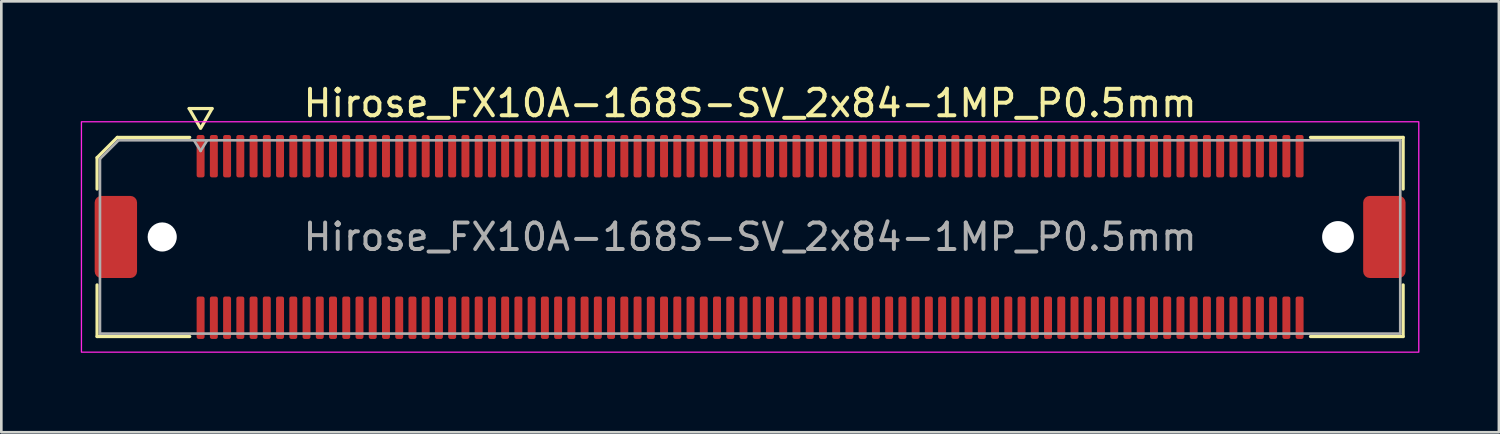
<source format=kicad_pcb>
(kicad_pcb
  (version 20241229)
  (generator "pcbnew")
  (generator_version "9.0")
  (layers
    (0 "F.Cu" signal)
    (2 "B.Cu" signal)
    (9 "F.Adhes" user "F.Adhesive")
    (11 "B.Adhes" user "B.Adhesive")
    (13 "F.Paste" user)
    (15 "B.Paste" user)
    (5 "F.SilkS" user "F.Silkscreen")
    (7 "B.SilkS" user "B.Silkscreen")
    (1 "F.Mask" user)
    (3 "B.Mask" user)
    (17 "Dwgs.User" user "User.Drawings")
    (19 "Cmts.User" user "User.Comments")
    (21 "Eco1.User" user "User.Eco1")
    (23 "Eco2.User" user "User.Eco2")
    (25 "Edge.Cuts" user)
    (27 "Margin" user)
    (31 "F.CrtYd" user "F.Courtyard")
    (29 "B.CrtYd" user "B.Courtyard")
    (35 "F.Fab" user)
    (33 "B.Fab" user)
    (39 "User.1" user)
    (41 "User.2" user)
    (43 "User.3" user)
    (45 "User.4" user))
  (footprint "Hirose_FX10A-168S-SV_2x84-1MP_P0.5mm"
    (layer "F.Cu")
    (at 25.275 5.898)
    (property "Reference" "Hirose_FX10A-168S-SV_2x84-1MP_P0.5mm" (at 0 -5.05 0) (layer "F.SilkS") (effects (font (size 1 1) (thickness 0.15))))
    (attr smd)
    (fp_line (start -24.66 -2.996) (end -23.896 -3.76) (stroke (width 0.12) (type solid)) (layer "F.SilkS"))
    (fp_line (start -24.66 -1.81) (end -24.66 -2.996) (stroke (width 0.12) (type solid)) (layer "F.SilkS"))
    (fp_line (start -24.66 3.76) (end -24.66 1.81) (stroke (width 0.12) (type solid)) (layer "F.SilkS"))
    (fp_line (start -23.896 -3.76) (end -21.16 -3.76) (stroke (width 0.12) (type solid)) (layer "F.SilkS"))
    (fp_line (start -21.183 -4.85) (end -20.756 -4.11) (stroke (width 0.12) (type solid)) (layer "F.SilkS"))
    (fp_line (start -21.16 3.76) (end -24.66 3.76) (stroke (width 0.12) (type solid)) (layer "F.SilkS"))
    (fp_line (start -20.744 -4.11) (end -20.317 -4.85) (stroke (width 0.12) (type solid)) (layer "F.SilkS"))
    (fp_line (start -20.317 -4.85) (end -21.183 -4.85) (stroke (width 0.12) (type solid)) (layer "F.SilkS"))
    (fp_line (start 21.16 -3.76) (end 24.66 -3.76) (stroke (width 0.12) (type solid)) (layer "F.SilkS"))
    (fp_line (start 24.66 -3.76) (end 24.66 -1.81) (stroke (width 0.12) (type solid)) (layer "F.SilkS"))
    (fp_line (start 24.66 1.81) (end 24.66 3.76) (stroke (width 0.12) (type solid)) (layer "F.SilkS"))
    (fp_line (start 24.66 3.76) (end 21.16 3.76) (stroke (width 0.12) (type solid)) (layer "F.SilkS"))
    (fp_rect (start -25.25 -4.35) (end 25.25 4.35) (stroke (width 0.05) (type solid)) (fill no) (layer "F.CrtYd"))
    (fp_line (start -24.55 -2.95) (end -23.85 -3.65) (stroke (width 0.1) (type solid)) (layer "F.Fab"))
    (fp_line (start -24.55 3.65) (end -24.55 -2.95) (stroke (width 0.1) (type solid)) (layer "F.Fab"))
    (fp_line (start -23.85 -3.65) (end 24.55 -3.65) (stroke (width 0.1) (type solid)) (layer "F.Fab"))
    (fp_line (start -21 -3.65) (end -20.75 -3.25) (stroke (width 0.1) (type solid)) (layer "F.Fab"))
    (fp_line (start -20.75 -3.25) (end -20.5 -3.65) (stroke (width 0.1) (type solid)) (layer "F.Fab"))
    (fp_line (start 24.55 -3.65) (end 24.55 3.65) (stroke (width 0.1) (type solid)) (layer "F.Fab"))
    (fp_line (start 24.55 3.65) (end -24.55 3.65) (stroke (width 0.1) (type solid)) (layer "F.Fab"))
    (fp_text user "${REFERENCE}" (at 0 0 0) (layer "F.Fab") (effects (font (size 1 1) (thickness 0.15))))
    (pad "" np_thru_hole circle (at -22.2 0) (size 1.1 1.1) (drill 1.1) (layers "*.Cu" "*.Mask"))
    (pad "" np_thru_hole circle (at 22.2 0) (size 1.2 1.2) (drill 1.2) (layers "*.Cu" "*.Mask"))
    (pad "1" smd roundrect (at -20.75 -3.05) (size 0.3 1.6) (layers "F.Cu" "F.Mask" "F.Paste") (roundrect_rratio 0.25))
    (pad "2" smd roundrect (at -20.75 3.05) (size 0.3 1.6) (layers "F.Cu" "F.Mask" "F.Paste") (roundrect_rratio 0.25))
    (pad "3" smd roundrect (at -20.25 -3.05) (size 0.3 1.6) (layers "F.Cu" "F.Mask" "F.Paste") (roundrect_rratio 0.25))
    (pad "4" smd roundrect (at -20.25 3.05) (size 0.3 1.6) (layers "F.Cu" "F.Mask" "F.Paste") (roundrect_rratio 0.25))
    (pad "5" smd roundrect (at -19.75 -3.05) (size 0.3 1.6) (layers "F.Cu" "F.Mask" "F.Paste") (roundrect_rratio 0.25))
    (pad "6" smd roundrect (at -19.75 3.05) (size 0.3 1.6) (layers "F.Cu" "F.Mask" "F.Paste") (roundrect_rratio 0.25))
    (pad "7" smd roundrect (at -19.25 -3.05) (size 0.3 1.6) (layers "F.Cu" "F.Mask" "F.Paste") (roundrect_rratio 0.25))
    (pad "8" smd roundrect (at -19.25 3.05) (size 0.3 1.6) (layers "F.Cu" "F.Mask" "F.Paste") (roundrect_rratio 0.25))
    (pad "9" smd roundrect (at -18.75 -3.05) (size 0.3 1.6) (layers "F.Cu" "F.Mask" "F.Paste") (roundrect_rratio 0.25))
    (pad "10" smd roundrect (at -18.75 3.05) (size 0.3 1.6) (layers "F.Cu" "F.Mask" "F.Paste") (roundrect_rratio 0.25))
    (pad "11" smd roundrect (at -18.25 -3.05) (size 0.3 1.6) (layers "F.Cu" "F.Mask" "F.Paste") (roundrect_rratio 0.25))
    (pad "12" smd roundrect (at -18.25 3.05) (size 0.3 1.6) (layers "F.Cu" "F.Mask" "F.Paste") (roundrect_rratio 0.25))
    (pad "13" smd roundrect (at -17.75 -3.05) (size 0.3 1.6) (layers "F.Cu" "F.Mask" "F.Paste") (roundrect_rratio 0.25))
    (pad "14" smd roundrect (at -17.75 3.05) (size 0.3 1.6) (layers "F.Cu" "F.Mask" "F.Paste") (roundrect_rratio 0.25))
    (pad "15" smd roundrect (at -17.25 -3.05) (size 0.3 1.6) (layers "F.Cu" "F.Mask" "F.Paste") (roundrect_rratio 0.25))
    (pad "16" smd roundrect (at -17.25 3.05) (size 0.3 1.6) (layers "F.Cu" "F.Mask" "F.Paste") (roundrect_rratio 0.25))
    (pad "17" smd roundrect (at -16.75 -3.05) (size 0.3 1.6) (layers "F.Cu" "F.Mask" "F.Paste") (roundrect_rratio 0.25))
    (pad "18" smd roundrect (at -16.75 3.05) (size 0.3 1.6) (layers "F.Cu" "F.Mask" "F.Paste") (roundrect_rratio 0.25))
    (pad "19" smd roundrect (at -16.25 -3.05) (size 0.3 1.6) (layers "F.Cu" "F.Mask" "F.Paste") (roundrect_rratio 0.25))
    (pad "20" smd roundrect (at -16.25 3.05) (size 0.3 1.6) (layers "F.Cu" "F.Mask" "F.Paste") (roundrect_rratio 0.25))
    (pad "21" smd roundrect (at -15.75 -3.05) (size 0.3 1.6) (layers "F.Cu" "F.Mask" "F.Paste") (roundrect_rratio 0.25))
    (pad "22" smd roundrect (at -15.75 3.05) (size 0.3 1.6) (layers "F.Cu" "F.Mask" "F.Paste") (roundrect_rratio 0.25))
    (pad "23" smd roundrect (at -15.25 -3.05) (size 0.3 1.6) (layers "F.Cu" "F.Mask" "F.Paste") (roundrect_rratio 0.25))
    (pad "24" smd roundrect (at -15.25 3.05) (size 0.3 1.6) (layers "F.Cu" "F.Mask" "F.Paste") (roundrect_rratio 0.25))
    (pad "25" smd roundrect (at -14.75 -3.05) (size 0.3 1.6) (layers "F.Cu" "F.Mask" "F.Paste") (roundrect_rratio 0.25))
    (pad "26" smd roundrect (at -14.75 3.05) (size 0.3 1.6) (layers "F.Cu" "F.Mask" "F.Paste") (roundrect_rratio 0.25))
    (pad "27" smd roundrect (at -14.25 -3.05) (size 0.3 1.6) (layers "F.Cu" "F.Mask" "F.Paste") (roundrect_rratio 0.25))
    (pad "28" smd roundrect (at -14.25 3.05) (size 0.3 1.6) (layers "F.Cu" "F.Mask" "F.Paste") (roundrect_rratio 0.25))
    (pad "29" smd roundrect (at -13.75 -3.05) (size 0.3 1.6) (layers "F.Cu" "F.Mask" "F.Paste") (roundrect_rratio 0.25))
    (pad "30" smd roundrect (at -13.75 3.05) (size 0.3 1.6) (layers "F.Cu" "F.Mask" "F.Paste") (roundrect_rratio 0.25))
    (pad "31" smd roundrect (at -13.25 -3.05) (size 0.3 1.6) (layers "F.Cu" "F.Mask" "F.Paste") (roundrect_rratio 0.25))
    (pad "32" smd roundrect (at -13.25 3.05) (size 0.3 1.6) (layers "F.Cu" "F.Mask" "F.Paste") (roundrect_rratio 0.25))
    (pad "33" smd roundrect (at -12.75 -3.05) (size 0.3 1.6) (layers "F.Cu" "F.Mask" "F.Paste") (roundrect_rratio 0.25))
    (pad "34" smd roundrect (at -12.75 3.05) (size 0.3 1.6) (layers "F.Cu" "F.Mask" "F.Paste") (roundrect_rratio 0.25))
    (pad "35" smd roundrect (at -12.25 -3.05) (size 0.3 1.6) (layers "F.Cu" "F.Mask" "F.Paste") (roundrect_rratio 0.25))
    (pad "36" smd roundrect (at -12.25 3.05) (size 0.3 1.6) (layers "F.Cu" "F.Mask" "F.Paste") (roundrect_rratio 0.25))
    (pad "37" smd roundrect (at -11.75 -3.05) (size 0.3 1.6) (layers "F.Cu" "F.Mask" "F.Paste") (roundrect_rratio 0.25))
    (pad "38" smd roundrect (at -11.75 3.05) (size 0.3 1.6) (layers "F.Cu" "F.Mask" "F.Paste") (roundrect_rratio 0.25))
    (pad "39" smd roundrect (at -11.25 -3.05) (size 0.3 1.6) (layers "F.Cu" "F.Mask" "F.Paste") (roundrect_rratio 0.25))
    (pad "40" smd roundrect (at -11.25 3.05) (size 0.3 1.6) (layers "F.Cu" "F.Mask" "F.Paste") (roundrect_rratio 0.25))
    (pad "41" smd roundrect (at -10.75 -3.05) (size 0.3 1.6) (layers "F.Cu" "F.Mask" "F.Paste") (roundrect_rratio 0.25))
    (pad "42" smd roundrect (at -10.75 3.05) (size 0.3 1.6) (layers "F.Cu" "F.Mask" "F.Paste") (roundrect_rratio 0.25))
    (pad "43" smd roundrect (at -10.25 -3.05) (size 0.3 1.6) (layers "F.Cu" "F.Mask" "F.Paste") (roundrect_rratio 0.25))
    (pad "44" smd roundrect (at -10.25 3.05) (size 0.3 1.6) (layers "F.Cu" "F.Mask" "F.Paste") (roundrect_rratio 0.25))
    (pad "45" smd roundrect (at -9.75 -3.05) (size 0.3 1.6) (layers "F.Cu" "F.Mask" "F.Paste") (roundrect_rratio 0.25))
    (pad "46" smd roundrect (at -9.75 3.05) (size 0.3 1.6) (layers "F.Cu" "F.Mask" "F.Paste") (roundrect_rratio 0.25))
    (pad "47" smd roundrect (at -9.25 -3.05) (size 0.3 1.6) (layers "F.Cu" "F.Mask" "F.Paste") (roundrect_rratio 0.25))
    (pad "48" smd roundrect (at -9.25 3.05) (size 0.3 1.6) (layers "F.Cu" "F.Mask" "F.Paste") (roundrect_rratio 0.25))
    (pad "49" smd roundrect (at -8.75 -3.05) (size 0.3 1.6) (layers "F.Cu" "F.Mask" "F.Paste") (roundrect_rratio 0.25))
    (pad "50" smd roundrect (at -8.75 3.05) (size 0.3 1.6) (layers "F.Cu" "F.Mask" "F.Paste") (roundrect_rratio 0.25))
    (pad "51" smd roundrect (at -8.25 -3.05) (size 0.3 1.6) (layers "F.Cu" "F.Mask" "F.Paste") (roundrect_rratio 0.25))
    (pad "52" smd roundrect (at -8.25 3.05) (size 0.3 1.6) (layers "F.Cu" "F.Mask" "F.Paste") (roundrect_rratio 0.25))
    (pad "53" smd roundrect (at -7.75 -3.05) (size 0.3 1.6) (layers "F.Cu" "F.Mask" "F.Paste") (roundrect_rratio 0.25))
    (pad "54" smd roundrect (at -7.75 3.05) (size 0.3 1.6) (layers "F.Cu" "F.Mask" "F.Paste") (roundrect_rratio 0.25))
    (pad "55" smd roundrect (at -7.25 -3.05) (size 0.3 1.6) (layers "F.Cu" "F.Mask" "F.Paste") (roundrect_rratio 0.25))
    (pad "56" smd roundrect (at -7.25 3.05) (size 0.3 1.6) (layers "F.Cu" "F.Mask" "F.Paste") (roundrect_rratio 0.25))
    (pad "57" smd roundrect (at -6.75 -3.05) (size 0.3 1.6) (layers "F.Cu" "F.Mask" "F.Paste") (roundrect_rratio 0.25))
    (pad "58" smd roundrect (at -6.75 3.05) (size 0.3 1.6) (layers "F.Cu" "F.Mask" "F.Paste") (roundrect_rratio 0.25))
    (pad "59" smd roundrect (at -6.25 -3.05) (size 0.3 1.6) (layers "F.Cu" "F.Mask" "F.Paste") (roundrect_rratio 0.25))
    (pad "60" smd roundrect (at -6.25 3.05) (size 0.3 1.6) (layers "F.Cu" "F.Mask" "F.Paste") (roundrect_rratio 0.25))
    (pad "61" smd roundrect (at -5.75 -3.05) (size 0.3 1.6) (layers "F.Cu" "F.Mask" "F.Paste") (roundrect_rratio 0.25))
    (pad "62" smd roundrect (at -5.75 3.05) (size 0.3 1.6) (layers "F.Cu" "F.Mask" "F.Paste") (roundrect_rratio 0.25))
    (pad "63" smd roundrect (at -5.25 -3.05) (size 0.3 1.6) (layers "F.Cu" "F.Mask" "F.Paste") (roundrect_rratio 0.25))
    (pad "64" smd roundrect (at -5.25 3.05) (size 0.3 1.6) (layers "F.Cu" "F.Mask" "F.Paste") (roundrect_rratio 0.25))
    (pad "65" smd roundrect (at -4.75 -3.05) (size 0.3 1.6) (layers "F.Cu" "F.Mask" "F.Paste") (roundrect_rratio 0.25))
    (pad "66" smd roundrect (at -4.75 3.05) (size 0.3 1.6) (layers "F.Cu" "F.Mask" "F.Paste") (roundrect_rratio 0.25))
    (pad "67" smd roundrect (at -4.25 -3.05) (size 0.3 1.6) (layers "F.Cu" "F.Mask" "F.Paste") (roundrect_rratio 0.25))
    (pad "68" smd roundrect (at -4.25 3.05) (size 0.3 1.6) (layers "F.Cu" "F.Mask" "F.Paste") (roundrect_rratio 0.25))
    (pad "69" smd roundrect (at -3.75 -3.05) (size 0.3 1.6) (layers "F.Cu" "F.Mask" "F.Paste") (roundrect_rratio 0.25))
    (pad "70" smd roundrect (at -3.75 3.05) (size 0.3 1.6) (layers "F.Cu" "F.Mask" "F.Paste") (roundrect_rratio 0.25))
    (pad "71" smd roundrect (at -3.25 -3.05) (size 0.3 1.6) (layers "F.Cu" "F.Mask" "F.Paste") (roundrect_rratio 0.25))
    (pad "72" smd roundrect (at -3.25 3.05) (size 0.3 1.6) (layers "F.Cu" "F.Mask" "F.Paste") (roundrect_rratio 0.25))
    (pad "73" smd roundrect (at -2.75 -3.05) (size 0.3 1.6) (layers "F.Cu" "F.Mask" "F.Paste") (roundrect_rratio 0.25))
    (pad "74" smd roundrect (at -2.75 3.05) (size 0.3 1.6) (layers "F.Cu" "F.Mask" "F.Paste") (roundrect_rratio 0.25))
    (pad "75" smd roundrect (at -2.25 -3.05) (size 0.3 1.6) (layers "F.Cu" "F.Mask" "F.Paste") (roundrect_rratio 0.25))
    (pad "76" smd roundrect (at -2.25 3.05) (size 0.3 1.6) (layers "F.Cu" "F.Mask" "F.Paste") (roundrect_rratio 0.25))
    (pad "77" smd roundrect (at -1.75 -3.05) (size 0.3 1.6) (layers "F.Cu" "F.Mask" "F.Paste") (roundrect_rratio 0.25))
    (pad "78" smd roundrect (at -1.75 3.05) (size 0.3 1.6) (layers "F.Cu" "F.Mask" "F.Paste") (roundrect_rratio 0.25))
    (pad "79" smd roundrect (at -1.25 -3.05) (size 0.3 1.6) (layers "F.Cu" "F.Mask" "F.Paste") (roundrect_rratio 0.25))
    (pad "80" smd roundrect (at -1.25 3.05) (size 0.3 1.6) (layers "F.Cu" "F.Mask" "F.Paste") (roundrect_rratio 0.25))
    (pad "81" smd roundrect (at -0.75 -3.05) (size 0.3 1.6) (layers "F.Cu" "F.Mask" "F.Paste") (roundrect_rratio 0.25))
    (pad "82" smd roundrect (at -0.75 3.05) (size 0.3 1.6) (layers "F.Cu" "F.Mask" "F.Paste") (roundrect_rratio 0.25))
    (pad "83" smd roundrect (at -0.25 -3.05) (size 0.3 1.6) (layers "F.Cu" "F.Mask" "F.Paste") (roundrect_rratio 0.25))
    (pad "84" smd roundrect (at -0.25 3.05) (size 0.3 1.6) (layers "F.Cu" "F.Mask" "F.Paste") (roundrect_rratio 0.25))
    (pad "85" smd roundrect (at 0.25 -3.05) (size 0.3 1.6) (layers "F.Cu" "F.Mask" "F.Paste") (roundrect_rratio 0.25))
    (pad "86" smd roundrect (at 0.25 3.05) (size 0.3 1.6) (layers "F.Cu" "F.Mask" "F.Paste") (roundrect_rratio 0.25))
    (pad "87" smd roundrect (at 0.75 -3.05) (size 0.3 1.6) (layers "F.Cu" "F.Mask" "F.Paste") (roundrect_rratio 0.25))
    (pad "88" smd roundrect (at 0.75 3.05) (size 0.3 1.6) (layers "F.Cu" "F.Mask" "F.Paste") (roundrect_rratio 0.25))
    (pad "89" smd roundrect (at 1.25 -3.05) (size 0.3 1.6) (layers "F.Cu" "F.Mask" "F.Paste") (roundrect_rratio 0.25))
    (pad "90" smd roundrect (at 1.25 3.05) (size 0.3 1.6) (layers "F.Cu" "F.Mask" "F.Paste") (roundrect_rratio 0.25))
    (pad "91" smd roundrect (at 1.75 -3.05) (size 0.3 1.6) (layers "F.Cu" "F.Mask" "F.Paste") (roundrect_rratio 0.25))
    (pad "92" smd roundrect (at 1.75 3.05) (size 0.3 1.6) (layers "F.Cu" "F.Mask" "F.Paste") (roundrect_rratio 0.25))
    (pad "93" smd roundrect (at 2.25 -3.05) (size 0.3 1.6) (layers "F.Cu" "F.Mask" "F.Paste") (roundrect_rratio 0.25))
    (pad "94" smd roundrect (at 2.25 3.05) (size 0.3 1.6) (layers "F.Cu" "F.Mask" "F.Paste") (roundrect_rratio 0.25))
    (pad "95" smd roundrect (at 2.75 -3.05) (size 0.3 1.6) (layers "F.Cu" "F.Mask" "F.Paste") (roundrect_rratio 0.25))
    (pad "96" smd roundrect (at 2.75 3.05) (size 0.3 1.6) (layers "F.Cu" "F.Mask" "F.Paste") (roundrect_rratio 0.25))
    (pad "97" smd roundrect (at 3.25 -3.05) (size 0.3 1.6) (layers "F.Cu" "F.Mask" "F.Paste") (roundrect_rratio 0.25))
    (pad "98" smd roundrect (at 3.25 3.05) (size 0.3 1.6) (layers "F.Cu" "F.Mask" "F.Paste") (roundrect_rratio 0.25))
    (pad "99" smd roundrect (at 3.75 -3.05) (size 0.3 1.6) (layers "F.Cu" "F.Mask" "F.Paste") (roundrect_rratio 0.25))
    (pad "100" smd roundrect (at 3.75 3.05) (size 0.3 1.6) (layers "F.Cu" "F.Mask" "F.Paste") (roundrect_rratio 0.25))
    (pad "101" smd roundrect (at 4.25 -3.05) (size 0.3 1.6) (layers "F.Cu" "F.Mask" "F.Paste") (roundrect_rratio 0.25))
    (pad "102" smd roundrect (at 4.25 3.05) (size 0.3 1.6) (layers "F.Cu" "F.Mask" "F.Paste") (roundrect_rratio 0.25))
    (pad "103" smd roundrect (at 4.75 -3.05) (size 0.3 1.6) (layers "F.Cu" "F.Mask" "F.Paste") (roundrect_rratio 0.25))
    (pad "104" smd roundrect (at 4.75 3.05) (size 0.3 1.6) (layers "F.Cu" "F.Mask" "F.Paste") (roundrect_rratio 0.25))
    (pad "105" smd roundrect (at 5.25 -3.05) (size 0.3 1.6) (layers "F.Cu" "F.Mask" "F.Paste") (roundrect_rratio 0.25))
    (pad "106" smd roundrect (at 5.25 3.05) (size 0.3 1.6) (layers "F.Cu" "F.Mask" "F.Paste") (roundrect_rratio 0.25))
    (pad "107" smd roundrect (at 5.75 -3.05) (size 0.3 1.6) (layers "F.Cu" "F.Mask" "F.Paste") (roundrect_rratio 0.25))
    (pad "108" smd roundrect (at 5.75 3.05) (size 0.3 1.6) (layers "F.Cu" "F.Mask" "F.Paste") (roundrect_rratio 0.25))
    (pad "109" smd roundrect (at 6.25 -3.05) (size 0.3 1.6) (layers "F.Cu" "F.Mask" "F.Paste") (roundrect_rratio 0.25))
    (pad "110" smd roundrect (at 6.25 3.05) (size 0.3 1.6) (layers "F.Cu" "F.Mask" "F.Paste") (roundrect_rratio 0.25))
    (pad "111" smd roundrect (at 6.75 -3.05) (size 0.3 1.6) (layers "F.Cu" "F.Mask" "F.Paste") (roundrect_rratio 0.25))
    (pad "112" smd roundrect (at 6.75 3.05) (size 0.3 1.6) (layers "F.Cu" "F.Mask" "F.Paste") (roundrect_rratio 0.25))
    (pad "113" smd roundrect (at 7.25 -3.05) (size 0.3 1.6) (layers "F.Cu" "F.Mask" "F.Paste") (roundrect_rratio 0.25))
    (pad "114" smd roundrect (at 7.25 3.05) (size 0.3 1.6) (layers "F.Cu" "F.Mask" "F.Paste") (roundrect_rratio 0.25))
    (pad "115" smd roundrect (at 7.75 -3.05) (size 0.3 1.6) (layers "F.Cu" "F.Mask" "F.Paste") (roundrect_rratio 0.25))
    (pad "116" smd roundrect (at 7.75 3.05) (size 0.3 1.6) (layers "F.Cu" "F.Mask" "F.Paste") (roundrect_rratio 0.25))
    (pad "117" smd roundrect (at 8.25 -3.05) (size 0.3 1.6) (layers "F.Cu" "F.Mask" "F.Paste") (roundrect_rratio 0.25))
    (pad "118" smd roundrect (at 8.25 3.05) (size 0.3 1.6) (layers "F.Cu" "F.Mask" "F.Paste") (roundrect_rratio 0.25))
    (pad "119" smd roundrect (at 8.75 -3.05) (size 0.3 1.6) (layers "F.Cu" "F.Mask" "F.Paste") (roundrect_rratio 0.25))
    (pad "120" smd roundrect (at 8.75 3.05) (size 0.3 1.6) (layers "F.Cu" "F.Mask" "F.Paste") (roundrect_rratio 0.25))
    (pad "121" smd roundrect (at 9.25 -3.05) (size 0.3 1.6) (layers "F.Cu" "F.Mask" "F.Paste") (roundrect_rratio 0.25))
    (pad "122" smd roundrect (at 9.25 3.05) (size 0.3 1.6) (layers "F.Cu" "F.Mask" "F.Paste") (roundrect_rratio 0.25))
    (pad "123" smd roundrect (at 9.75 -3.05) (size 0.3 1.6) (layers "F.Cu" "F.Mask" "F.Paste") (roundrect_rratio 0.25))
    (pad "124" smd roundrect (at 9.75 3.05) (size 0.3 1.6) (layers "F.Cu" "F.Mask" "F.Paste") (roundrect_rratio 0.25))
    (pad "125" smd roundrect (at 10.25 -3.05) (size 0.3 1.6) (layers "F.Cu" "F.Mask" "F.Paste") (roundrect_rratio 0.25))
    (pad "126" smd roundrect (at 10.25 3.05) (size 0.3 1.6) (layers "F.Cu" "F.Mask" "F.Paste") (roundrect_rratio 0.25))
    (pad "127" smd roundrect (at 10.75 -3.05) (size 0.3 1.6) (layers "F.Cu" "F.Mask" "F.Paste") (roundrect_rratio 0.25))
    (pad "128" smd roundrect (at 10.75 3.05) (size 0.3 1.6) (layers "F.Cu" "F.Mask" "F.Paste") (roundrect_rratio 0.25))
    (pad "129" smd roundrect (at 11.25 -3.05) (size 0.3 1.6) (layers "F.Cu" "F.Mask" "F.Paste") (roundrect_rratio 0.25))
    (pad "130" smd roundrect (at 11.25 3.05) (size 0.3 1.6) (layers "F.Cu" "F.Mask" "F.Paste") (roundrect_rratio 0.25))
    (pad "131" smd roundrect (at 11.75 -3.05) (size 0.3 1.6) (layers "F.Cu" "F.Mask" "F.Paste") (roundrect_rratio 0.25))
    (pad "132" smd roundrect (at 11.75 3.05) (size 0.3 1.6) (layers "F.Cu" "F.Mask" "F.Paste") (roundrect_rratio 0.25))
    (pad "133" smd roundrect (at 12.25 -3.05) (size 0.3 1.6) (layers "F.Cu" "F.Mask" "F.Paste") (roundrect_rratio 0.25))
    (pad "134" smd roundrect (at 12.25 3.05) (size 0.3 1.6) (layers "F.Cu" "F.Mask" "F.Paste") (roundrect_rratio 0.25))
    (pad "135" smd roundrect (at 12.75 -3.05) (size 0.3 1.6) (layers "F.Cu" "F.Mask" "F.Paste") (roundrect_rratio 0.25))
    (pad "136" smd roundrect (at 12.75 3.05) (size 0.3 1.6) (layers "F.Cu" "F.Mask" "F.Paste") (roundrect_rratio 0.25))
    (pad "137" smd roundrect (at 13.25 -3.05) (size 0.3 1.6) (layers "F.Cu" "F.Mask" "F.Paste") (roundrect_rratio 0.25))
    (pad "138" smd roundrect (at 13.25 3.05) (size 0.3 1.6) (layers "F.Cu" "F.Mask" "F.Paste") (roundrect_rratio 0.25))
    (pad "139" smd roundrect (at 13.75 -3.05) (size 0.3 1.6) (layers "F.Cu" "F.Mask" "F.Paste") (roundrect_rratio 0.25))
    (pad "140" smd roundrect (at 13.75 3.05) (size 0.3 1.6) (layers "F.Cu" "F.Mask" "F.Paste") (roundrect_rratio 0.25))
    (pad "141" smd roundrect (at 14.25 -3.05) (size 0.3 1.6) (layers "F.Cu" "F.Mask" "F.Paste") (roundrect_rratio 0.25))
    (pad "142" smd roundrect (at 14.25 3.05) (size 0.3 1.6) (layers "F.Cu" "F.Mask" "F.Paste") (roundrect_rratio 0.25))
    (pad "143" smd roundrect (at 14.75 -3.05) (size 0.3 1.6) (layers "F.Cu" "F.Mask" "F.Paste") (roundrect_rratio 0.25))
    (pad "144" smd roundrect (at 14.75 3.05) (size 0.3 1.6) (layers "F.Cu" "F.Mask" "F.Paste") (roundrect_rratio 0.25))
    (pad "145" smd roundrect (at 15.25 -3.05) (size 0.3 1.6) (layers "F.Cu" "F.Mask" "F.Paste") (roundrect_rratio 0.25))
    (pad "146" smd roundrect (at 15.25 3.05) (size 0.3 1.6) (layers "F.Cu" "F.Mask" "F.Paste") (roundrect_rratio 0.25))
    (pad "147" smd roundrect (at 15.75 -3.05) (size 0.3 1.6) (layers "F.Cu" "F.Mask" "F.Paste") (roundrect_rratio 0.25))
    (pad "148" smd roundrect (at 15.75 3.05) (size 0.3 1.6) (layers "F.Cu" "F.Mask" "F.Paste") (roundrect_rratio 0.25))
    (pad "149" smd roundrect (at 16.25 -3.05) (size 0.3 1.6) (layers "F.Cu" "F.Mask" "F.Paste") (roundrect_rratio 0.25))
    (pad "150" smd roundrect (at 16.25 3.05) (size 0.3 1.6) (layers "F.Cu" "F.Mask" "F.Paste") (roundrect_rratio 0.25))
    (pad "151" smd roundrect (at 16.75 -3.05) (size 0.3 1.6) (layers "F.Cu" "F.Mask" "F.Paste") (roundrect_rratio 0.25))
    (pad "152" smd roundrect (at 16.75 3.05) (size 0.3 1.6) (layers "F.Cu" "F.Mask" "F.Paste") (roundrect_rratio 0.25))
    (pad "153" smd roundrect (at 17.25 -3.05) (size 0.3 1.6) (layers "F.Cu" "F.Mask" "F.Paste") (roundrect_rratio 0.25))
    (pad "154" smd roundrect (at 17.25 3.05) (size 0.3 1.6) (layers "F.Cu" "F.Mask" "F.Paste") (roundrect_rratio 0.25))
    (pad "155" smd roundrect (at 17.75 -3.05) (size 0.3 1.6) (layers "F.Cu" "F.Mask" "F.Paste") (roundrect_rratio 0.25))
    (pad "156" smd roundrect (at 17.75 3.05) (size 0.3 1.6) (layers "F.Cu" "F.Mask" "F.Paste") (roundrect_rratio 0.25))
    (pad "157" smd roundrect (at 18.25 -3.05) (size 0.3 1.6) (layers "F.Cu" "F.Mask" "F.Paste") (roundrect_rratio 0.25))
    (pad "158" smd roundrect (at 18.25 3.05) (size 0.3 1.6) (layers "F.Cu" "F.Mask" "F.Paste") (roundrect_rratio 0.25))
    (pad "159" smd roundrect (at 18.75 -3.05) (size 0.3 1.6) (layers "F.Cu" "F.Mask" "F.Paste") (roundrect_rratio 0.25))
    (pad "160" smd roundrect (at 18.75 3.05) (size 0.3 1.6) (layers "F.Cu" "F.Mask" "F.Paste") (roundrect_rratio 0.25))
    (pad "161" smd roundrect (at 19.25 -3.05) (size 0.3 1.6) (layers "F.Cu" "F.Mask" "F.Paste") (roundrect_rratio 0.25))
    (pad "162" smd roundrect (at 19.25 3.05) (size 0.3 1.6) (layers "F.Cu" "F.Mask" "F.Paste") (roundrect_rratio 0.25))
    (pad "163" smd roundrect (at 19.75 -3.05) (size 0.3 1.6) (layers "F.Cu" "F.Mask" "F.Paste") (roundrect_rratio 0.25))
    (pad "164" smd roundrect (at 19.75 3.05) (size 0.3 1.6) (layers "F.Cu" "F.Mask" "F.Paste") (roundrect_rratio 0.25))
    (pad "165" smd roundrect (at 20.25 -3.05) (size 0.3 1.6) (layers "F.Cu" "F.Mask" "F.Paste") (roundrect_rratio 0.25))
    (pad "166" smd roundrect (at 20.25 3.05) (size 0.3 1.6) (layers "F.Cu" "F.Mask" "F.Paste") (roundrect_rratio 0.25))
    (pad "167" smd roundrect (at 20.75 -3.05) (size 0.3 1.6) (layers "F.Cu" "F.Mask" "F.Paste") (roundrect_rratio 0.25))
    (pad "168" smd roundrect (at 20.75 3.05) (size 0.3 1.6) (layers "F.Cu" "F.Mask" "F.Paste") (roundrect_rratio 0.25))
    (pad "MP" smd roundrect (at -23.95 0) (size 1.6 3.1) (layers "F.Cu" "F.Mask" "F.Paste") (roundrect_rratio 0.156))
    (pad "MP" smd roundrect (at 23.95 0) (size 1.6 3.1) (layers "F.Cu" "F.Mask" "F.Paste") (roundrect_rratio 0.156)))
  (gr_rect
    (start -3 -3)
    (end 53.55 13.273)
    (stroke (width 0.1) (type default))
    (fill no)
    (layer "Edge.Cuts")))
</source>
